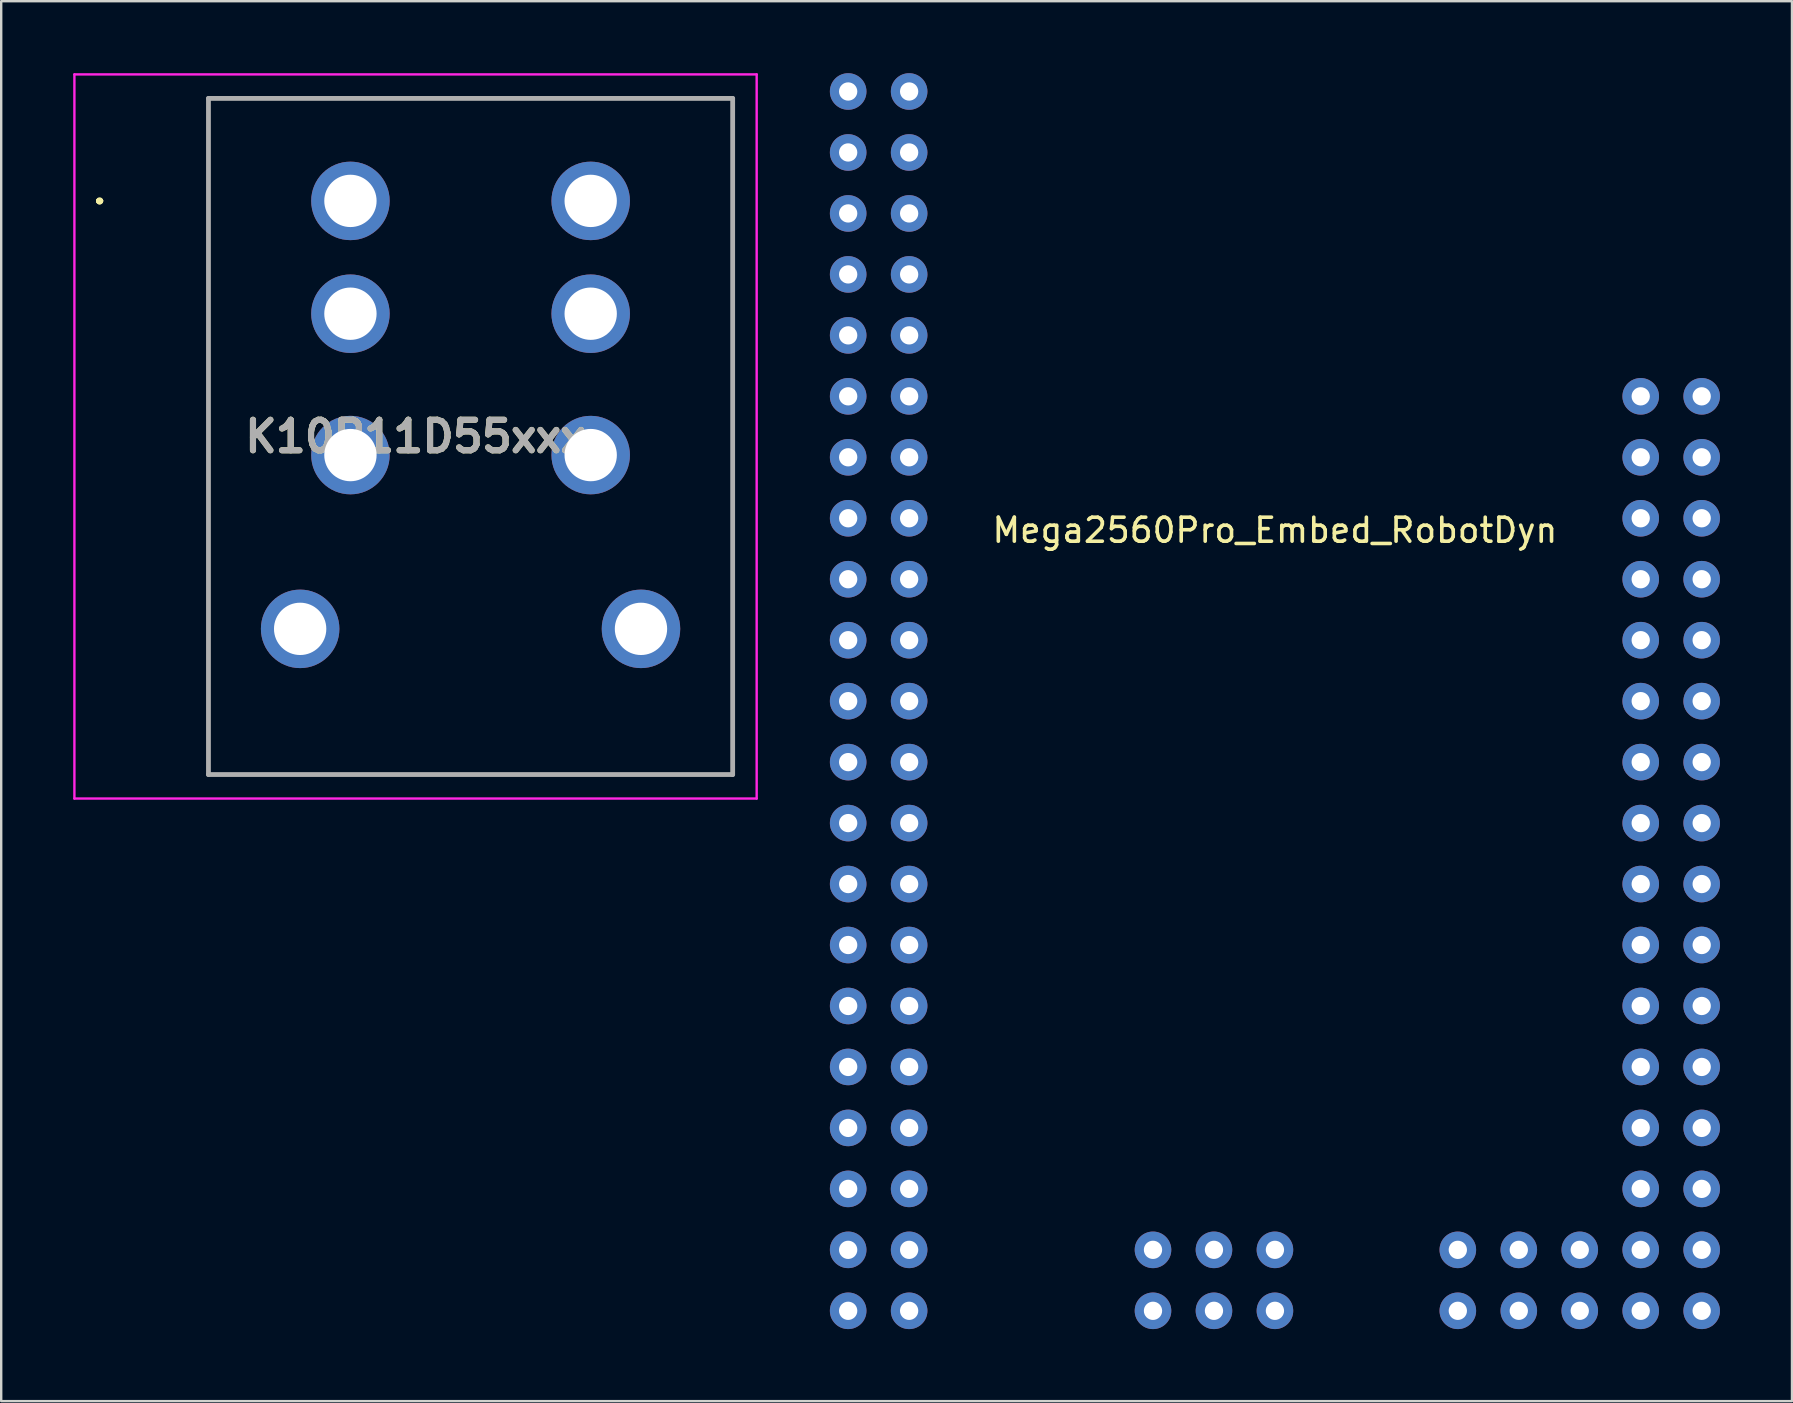
<source format=kicad_pcb>
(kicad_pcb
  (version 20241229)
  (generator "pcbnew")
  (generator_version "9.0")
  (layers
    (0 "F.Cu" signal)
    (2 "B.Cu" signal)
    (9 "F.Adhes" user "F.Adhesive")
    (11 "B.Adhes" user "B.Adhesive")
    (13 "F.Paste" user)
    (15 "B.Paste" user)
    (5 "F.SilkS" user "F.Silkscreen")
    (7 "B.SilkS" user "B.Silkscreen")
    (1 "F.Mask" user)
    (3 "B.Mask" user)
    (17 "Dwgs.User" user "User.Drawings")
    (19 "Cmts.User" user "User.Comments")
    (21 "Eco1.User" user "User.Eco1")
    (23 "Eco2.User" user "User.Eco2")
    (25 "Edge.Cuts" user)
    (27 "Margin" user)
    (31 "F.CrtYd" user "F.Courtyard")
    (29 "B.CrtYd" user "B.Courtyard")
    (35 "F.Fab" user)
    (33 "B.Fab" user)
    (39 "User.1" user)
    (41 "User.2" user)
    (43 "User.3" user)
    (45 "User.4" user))
  (footprint "K10P11D55xxx"
    (layer "F.Cu")
    (at 11.55 5.32)
    (property "Reference" "K10P11D55xxx" (at 2.713 9.815 0) (layer "F.SilkS") (effects (font (size 1.27 1.27) (thickness 0.254))))
    (attr through_hole)
    (fp_line (start -10.5 0) (end -10.5 0) (stroke (width 0.2) (type solid)) (layer "F.SilkS"))
    (fp_line (start -10.5 0) (end -10.5 0) (stroke (width 0.2) (type solid)) (layer "F.SilkS"))
    (fp_line (start -10.4 0) (end -10.4 0) (stroke (width 0.2) (type solid)) (layer "F.SilkS"))
    (fp_line (start -5.915 -4.25) (end 15.925 -4.25) (stroke (width 0.1) (type solid)) (layer "F.SilkS"))
    (fp_line (start -5.915 23.9) (end -5.915 -4.25) (stroke (width 0.1) (type solid)) (layer "F.SilkS"))
    (fp_line (start 15.925 -4.25) (end 15.925 23.9) (stroke (width 0.1) (type solid)) (layer "F.SilkS"))
    (fp_line (start 15.925 23.9) (end -5.915 23.9) (stroke (width 0.1) (type solid)) (layer "F.SilkS"))
    (fp_arc (start -10.5 0) (mid -10.45 -0.05) (end -10.4 0) (stroke (width 0.2) (type solid)) (layer "F.SilkS"))
    (fp_arc (start -10.4 0) (mid -10.45 0.05) (end -10.5 0) (stroke (width 0.2) (type solid)) (layer "F.SilkS"))
    (fp_arc (start -10.4 0) (mid -10.45 0.05) (end -10.5 0) (stroke (width 0.2) (type solid)) (layer "F.SilkS"))
    (fp_line (start -11.5 -5.27) (end 16.925 -5.27) (stroke (width 0.1) (type solid)) (layer "F.CrtYd"))
    (fp_line (start -11.5 24.9) (end -11.5 -5.27) (stroke (width 0.1) (type solid)) (layer "F.CrtYd"))
    (fp_line (start 16.925 -5.27) (end 16.925 24.9) (stroke (width 0.1) (type solid)) (layer "F.CrtYd"))
    (fp_line (start 16.925 24.9) (end -11.5 24.9) (stroke (width 0.1) (type solid)) (layer "F.CrtYd"))
    (fp_line (start -5.915 -4.27) (end -5.915 23.9) (stroke (width 0.2) (type solid)) (layer "F.Fab"))
    (fp_line (start -5.915 23.9) (end 15.925 23.9) (stroke (width 0.2) (type solid)) (layer "F.Fab"))
    (fp_line (start 15.925 -4.27) (end -5.915 -4.27) (stroke (width 0.2) (type solid)) (layer "F.Fab"))
    (fp_line (start 15.925 23.9) (end 15.925 -4.27) (stroke (width 0.2) (type solid)) (layer "F.Fab"))
    (fp_text user "${REFERENCE}" (at 2.713 9.815 0) (layer "F.Fab") (effects (font (size 1.27 1.27) (thickness 0.254))))
    (pad "1" thru_hole circle (at 0 0) (size 3.27 3.27) (drill 2.18) (layers "*.Cu" "*.Mask"))
    (pad "2" thru_hole circle (at 10.01 0) (size 3.27 3.27) (drill 2.18) (layers "*.Cu" "*.Mask"))
    (pad "3" thru_hole circle (at 0 4.7) (size 3.27 3.27) (drill 2.18) (layers "*.Cu" "*.Mask"))
    (pad "4" thru_hole circle (at 10.01 4.7) (size 3.27 3.27) (drill 2.18) (layers "*.Cu" "*.Mask"))
    (pad "5" thru_hole circle (at 0 10.59) (size 3.27 3.27) (drill 2.18) (layers "*.Cu" "*.Mask"))
    (pad "6" thru_hole circle (at 10.01 10.59) (size 3.27 3.27) (drill 2.18) (layers "*.Cu" "*.Mask"))
    (pad "A1" thru_hole circle (at -2.095 17.83) (size 3.27 3.27) (drill 2.18) (layers "*.Cu" "*.Mask"))
    (pad "B1" thru_hole circle (at 12.105 17.83) (size 3.27 3.27) (drill 2.18) (layers "*.Cu" "*.Mask")))
  (footprint "Mega2560Pro_Embed_RobotDyn"
    (layer "F.Cu")
    (at 50.067 23.622)
    (property "Reference" "Mega2560Pro_Embed_RobotDyn" (at 0 -4.58 0) (layer "F.SilkS") (effects (font (size 1 1) (thickness 0.15))))
    (attr through_hole)
    (pad "1" thru_hole circle (at -17.78 -22.86) (size 1.524 1.524) (drill 0.762) (layers "*.Cu" "*.Mask"))
    (pad "2" thru_hole circle (at -15.24 -22.86) (size 1.524 1.524) (drill 0.762) (layers "*.Cu" "*.Mask"))
    (pad "3" thru_hole circle (at -17.78 -20.32) (size 1.524 1.524) (drill 0.762) (layers "*.Cu" "*.Mask"))
    (pad "4" thru_hole circle (at -15.24 -20.32) (size 1.524 1.524) (drill 0.762) (layers "*.Cu" "*.Mask"))
    (pad "5" thru_hole circle (at -17.78 -17.78) (size 1.524 1.524) (drill 0.762) (layers "*.Cu" "*.Mask"))
    (pad "6" thru_hole circle (at -15.24 -17.78) (size 1.524 1.524) (drill 0.762) (layers "*.Cu" "*.Mask"))
    (pad "7" thru_hole circle (at -17.78 -15.24) (size 1.524 1.524) (drill 0.762) (layers "*.Cu" "*.Mask"))
    (pad "8" thru_hole circle (at -15.24 -15.24) (size 1.524 1.524) (drill 0.762) (layers "*.Cu" "*.Mask"))
    (pad "9" thru_hole circle (at -17.78 -12.7) (size 1.524 1.524) (drill 0.762) (layers "*.Cu" "*.Mask"))
    (pad "10" thru_hole circle (at -15.24 -12.7) (size 1.524 1.524) (drill 0.762) (layers "*.Cu" "*.Mask"))
    (pad "11" thru_hole circle (at -17.78 -10.16) (size 1.524 1.524) (drill 0.762) (layers "*.Cu" "*.Mask"))
    (pad "12" thru_hole circle (at -15.24 -10.16) (size 1.524 1.524) (drill 0.762) (layers "*.Cu" "*.Mask"))
    (pad "13" thru_hole circle (at -17.78 -7.62) (size 1.524 1.524) (drill 0.762) (layers "*.Cu" "*.Mask"))
    (pad "14" thru_hole circle (at -15.24 -7.62) (size 1.524 1.524) (drill 0.762) (layers "*.Cu" "*.Mask"))
    (pad "15" thru_hole circle (at -17.78 -5.08) (size 1.524 1.524) (drill 0.762) (layers "*.Cu" "*.Mask"))
    (pad "16" thru_hole circle (at -15.24 -5.08) (size 1.524 1.524) (drill 0.762) (layers "*.Cu" "*.Mask"))
    (pad "17" thru_hole circle (at -17.78 -2.54) (size 1.524 1.524) (drill 0.762) (layers "*.Cu" "*.Mask"))
    (pad "18" thru_hole circle (at -15.24 -2.54) (size 1.524 1.524) (drill 0.762) (layers "*.Cu" "*.Mask"))
    (pad "19" thru_hole circle (at -17.78 0) (size 1.524 1.524) (drill 0.762) (layers "*.Cu" "*.Mask"))
    (pad "20" thru_hole circle (at -15.24 0) (size 1.524 1.524) (drill 0.762) (layers "*.Cu" "*.Mask"))
    (pad "21" thru_hole circle (at -17.78 2.54) (size 1.524 1.524) (drill 0.762) (layers "*.Cu" "*.Mask"))
    (pad "22" thru_hole circle (at -15.24 2.54) (size 1.524 1.524) (drill 0.762) (layers "*.Cu" "*.Mask"))
    (pad "23" thru_hole circle (at -17.78 5.08) (size 1.524 1.524) (drill 0.762) (layers "*.Cu" "*.Mask"))
    (pad "24" thru_hole circle (at -15.24 5.08) (size 1.524 1.524) (drill 0.762) (layers "*.Cu" "*.Mask"))
    (pad "25" thru_hole circle (at -17.78 7.62) (size 1.524 1.524) (drill 0.762) (layers "*.Cu" "*.Mask"))
    (pad "26" thru_hole circle (at -15.24 7.62) (size 1.524 1.524) (drill 0.762) (layers "*.Cu" "*.Mask"))
    (pad "27" thru_hole circle (at -17.78 10.16) (size 1.524 1.524) (drill 0.762) (layers "*.Cu" "*.Mask"))
    (pad "28" thru_hole circle (at -15.24 10.16) (size 1.524 1.524) (drill 0.762) (layers "*.Cu" "*.Mask"))
    (pad "29" thru_hole circle (at -17.78 12.7) (size 1.524 1.524) (drill 0.762) (layers "*.Cu" "*.Mask"))
    (pad "30" thru_hole circle (at -15.24 12.7) (size 1.524 1.524) (drill 0.762) (layers "*.Cu" "*.Mask"))
    (pad "31" thru_hole circle (at -17.78 15.24) (size 1.524 1.524) (drill 0.762) (layers "*.Cu" "*.Mask"))
    (pad "32" thru_hole circle (at -15.24 15.24) (size 1.524 1.524) (drill 0.762) (layers "*.Cu" "*.Mask"))
    (pad "33" thru_hole circle (at -17.78 17.78) (size 1.524 1.524) (drill 0.762) (layers "*.Cu" "*.Mask"))
    (pad "34" thru_hole circle (at -15.24 17.78) (size 1.524 1.524) (drill 0.762) (layers "*.Cu" "*.Mask"))
    (pad "35" thru_hole circle (at -17.78 20.32) (size 1.524 1.524) (drill 0.762) (layers "*.Cu" "*.Mask"))
    (pad "36" thru_hole circle (at -15.24 20.32) (size 1.524 1.524) (drill 0.762) (layers "*.Cu" "*.Mask"))
    (pad "37" thru_hole circle (at -17.78 22.86) (size 1.524 1.524) (drill 0.762) (layers "*.Cu" "*.Mask"))
    (pad "38" thru_hole circle (at -15.24 22.86) (size 1.524 1.524) (drill 0.762) (layers "*.Cu" "*.Mask"))
    (pad "39" thru_hole circle (at -17.78 25.4) (size 1.524 1.524) (drill 0.762) (layers "*.Cu" "*.Mask"))
    (pad "40" thru_hole circle (at -15.24 25.4) (size 1.524 1.524) (drill 0.762) (layers "*.Cu" "*.Mask"))
    (pad "41" thru_hole circle (at -17.78 27.94) (size 1.524 1.524) (drill 0.762) (layers "*.Cu" "*.Mask"))
    (pad "42" thru_hole circle (at -15.24 27.94) (size 1.524 1.524) (drill 0.762) (layers "*.Cu" "*.Mask"))
    (pad "43" thru_hole circle (at 15.24 -10.16) (size 1.524 1.524) (drill 0.762) (layers "*.Cu" "*.Mask"))
    (pad "44" thru_hole circle (at 17.78 -10.16) (size 1.524 1.524) (drill 0.762) (layers "*.Cu" "*.Mask"))
    (pad "45" thru_hole circle (at 15.24 -7.62) (size 1.524 1.524) (drill 0.762) (layers "*.Cu" "*.Mask"))
    (pad "46" thru_hole circle (at 17.78 -7.62) (size 1.524 1.524) (drill 0.762) (layers "*.Cu" "*.Mask"))
    (pad "47" thru_hole circle (at 15.24 -5.08) (size 1.524 1.524) (drill 0.762) (layers "*.Cu" "*.Mask"))
    (pad "48" thru_hole circle (at 17.78 -5.08) (size 1.524 1.524) (drill 0.762) (layers "*.Cu" "*.Mask"))
    (pad "49" thru_hole circle (at 15.24 -2.54) (size 1.524 1.524) (drill 0.762) (layers "*.Cu" "*.Mask"))
    (pad "50" thru_hole circle (at 17.78 -2.54) (size 1.524 1.524) (drill 0.762) (layers "*.Cu" "*.Mask"))
    (pad "51" thru_hole circle (at 15.24 0) (size 1.524 1.524) (drill 0.762) (layers "*.Cu" "*.Mask"))
    (pad "52" thru_hole circle (at 17.78 0) (size 1.524 1.524) (drill 0.762) (layers "*.Cu" "*.Mask"))
    (pad "53" thru_hole circle (at 15.24 2.54) (size 1.524 1.524) (drill 0.762) (layers "*.Cu" "*.Mask"))
    (pad "54" thru_hole circle (at 17.78 2.54) (size 1.524 1.524) (drill 0.762) (layers "*.Cu" "*.Mask"))
    (pad "55" thru_hole circle (at 15.24 5.08) (size 1.524 1.524) (drill 0.762) (layers "*.Cu" "*.Mask"))
    (pad "56" thru_hole circle (at 17.78 5.08) (size 1.524 1.524) (drill 0.762) (layers "*.Cu" "*.Mask"))
    (pad "57" thru_hole circle (at 15.24 7.62) (size 1.524 1.524) (drill 0.762) (layers "*.Cu" "*.Mask"))
    (pad "58" thru_hole circle (at 17.78 7.62) (size 1.524 1.524) (drill 0.762) (layers "*.Cu" "*.Mask"))
    (pad "59" thru_hole circle (at 15.24 10.16) (size 1.524 1.524) (drill 0.762) (layers "*.Cu" "*.Mask"))
    (pad "60" thru_hole circle (at 17.78 10.16) (size 1.524 1.524) (drill 0.762) (layers "*.Cu" "*.Mask"))
    (pad "61" thru_hole circle (at 15.24 12.7) (size 1.524 1.524) (drill 0.762) (layers "*.Cu" "*.Mask"))
    (pad "62" thru_hole circle (at 17.78 12.7) (size 1.524 1.524) (drill 0.762) (layers "*.Cu" "*.Mask"))
    (pad "63" thru_hole circle (at 15.24 15.24) (size 1.524 1.524) (drill 0.762) (layers "*.Cu" "*.Mask"))
    (pad "64" thru_hole circle (at 17.78 15.24) (size 1.524 1.524) (drill 0.762) (layers "*.Cu" "*.Mask"))
    (pad "65" thru_hole circle (at 15.24 17.78) (size 1.524 1.524) (drill 0.762) (layers "*.Cu" "*.Mask"))
    (pad "66" thru_hole circle (at 17.78 17.78) (size 1.524 1.524) (drill 0.762) (layers "*.Cu" "*.Mask"))
    (pad "67" thru_hole circle (at 15.24 20.32) (size 1.524 1.524) (drill 0.762) (layers "*.Cu" "*.Mask"))
    (pad "68" thru_hole circle (at 17.78 20.32) (size 1.524 1.524) (drill 0.762) (layers "*.Cu" "*.Mask"))
    (pad "69" thru_hole circle (at 15.24 22.86) (size 1.524 1.524) (drill 0.762) (layers "*.Cu" "*.Mask"))
    (pad "70" thru_hole circle (at 17.78 22.86) (size 1.524 1.524) (drill 0.762) (layers "*.Cu" "*.Mask"))
    (pad "71" thru_hole circle (at 15.24 25.4) (size 1.524 1.524) (drill 0.762) (layers "*.Cu" "*.Mask"))
    (pad "72" thru_hole circle (at 17.78 25.4) (size 1.524 1.524) (drill 0.762) (layers "*.Cu" "*.Mask"))
    (pad "73" thru_hole circle (at 15.24 27.94) (size 1.524 1.524) (drill 0.762) (layers "*.Cu" "*.Mask"))
    (pad "74" thru_hole circle (at 17.78 27.94) (size 1.524 1.524) (drill 0.762) (layers "*.Cu" "*.Mask"))
    (pad "75" thru_hole circle (at 12.7 25.4) (size 1.524 1.524) (drill 0.762) (layers "*.Cu" "*.Mask"))
    (pad "76" thru_hole circle (at 12.7 27.94) (size 1.524 1.524) (drill 0.762) (layers "*.Cu" "*.Mask"))
    (pad "77" thru_hole circle (at 10.16 25.4) (size 1.524 1.524) (drill 0.762) (layers "*.Cu" "*.Mask"))
    (pad "78" thru_hole circle (at 10.16 27.94) (size 1.524 1.524) (drill 0.762) (layers "*.Cu" "*.Mask"))
    (pad "79" thru_hole circle (at 7.62 25.4) (size 1.524 1.524) (drill 0.762) (layers "*.Cu" "*.Mask"))
    (pad "80" thru_hole circle (at 7.62 27.94) (size 1.524 1.524) (drill 0.762) (layers "*.Cu" "*.Mask"))
    (pad "81" thru_hole circle (at 0 25.4) (size 1.524 1.524) (drill 0.762) (layers "*.Cu" "*.Mask"))
    (pad "82" thru_hole circle (at 0 27.94) (size 1.524 1.524) (drill 0.762) (layers "*.Cu" "*.Mask"))
    (pad "83" thru_hole circle (at -2.54 25.4) (size 1.524 1.524) (drill 0.762) (layers "*.Cu" "*.Mask"))
    (pad "84" thru_hole circle (at -2.54 27.94) (size 1.524 1.524) (drill 0.762) (layers "*.Cu" "*.Mask"))
    (pad "85" thru_hole circle (at -5.08 25.4) (size 1.524 1.524) (drill 0.762) (layers "*.Cu" "*.Mask"))
    (pad "86" thru_hole circle (at -5.08 27.94) (size 1.524 1.524) (drill 0.762) (layers "*.Cu" "*.Mask")))
  (gr_rect
    (start -3 -3)
    (end 71.609 55.324)
    (stroke (width 0.1) (type default))
    (fill no)
    (layer "Edge.Cuts")))
</source>
